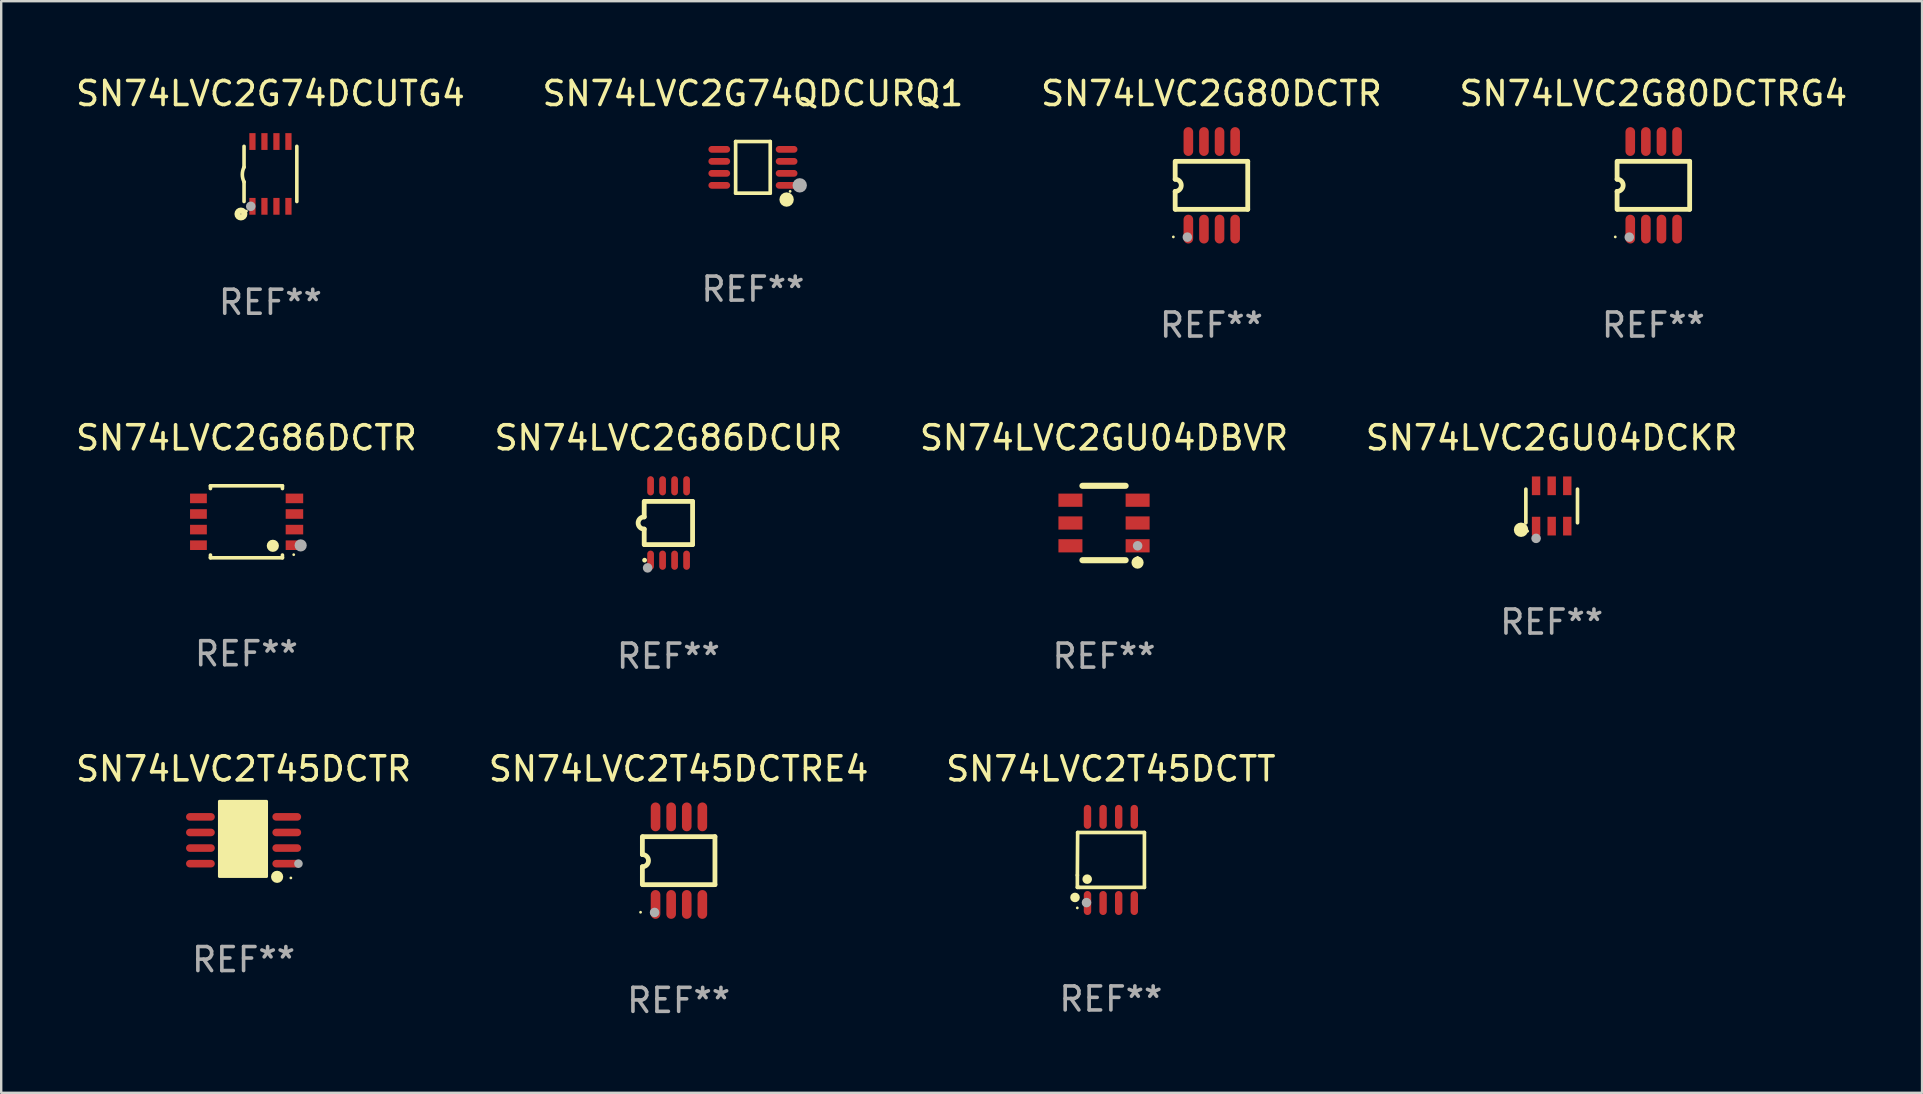
<source format=kicad_pcb>
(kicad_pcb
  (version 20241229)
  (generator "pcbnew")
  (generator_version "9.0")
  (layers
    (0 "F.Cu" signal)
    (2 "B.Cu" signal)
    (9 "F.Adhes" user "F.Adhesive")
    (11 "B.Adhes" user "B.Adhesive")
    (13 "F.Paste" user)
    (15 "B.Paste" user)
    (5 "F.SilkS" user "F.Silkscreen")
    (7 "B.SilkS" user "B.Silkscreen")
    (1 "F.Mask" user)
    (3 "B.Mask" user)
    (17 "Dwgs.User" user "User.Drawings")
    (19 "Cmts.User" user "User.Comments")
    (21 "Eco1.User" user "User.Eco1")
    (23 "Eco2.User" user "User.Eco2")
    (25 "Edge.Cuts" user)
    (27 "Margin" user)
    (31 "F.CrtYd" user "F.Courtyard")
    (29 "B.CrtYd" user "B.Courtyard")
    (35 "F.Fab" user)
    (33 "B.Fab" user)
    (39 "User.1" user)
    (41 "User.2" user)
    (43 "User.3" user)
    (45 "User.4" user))
  (footprint "SN74LVC2GU04DCKR"
    (layer "F.Cu")
    (at 61.613 18.035)
    (property "Reference" "SN74LVC2GU04DCKR" (at 0 -2.84 0) (layer "F.SilkS") (effects (font (size 1 1) (thickness 0.15))))
    (attr through_hole)
    (fp_line (start -1.076 0.701) (end -1.076 -0.701) (stroke (width 0.152) (type solid)) (layer "F.SilkS"))
    (fp_line (start 1.076 0.701) (end 1.076 -0.701) (stroke (width 0.152) (type solid)) (layer "F.SilkS"))
    (fp_circle (center -1.277 0.992) (end -1.127 0.992) (stroke (width 0.3) (type solid)) (fill no) (layer "F.SilkS"))
    (fp_circle (center -1 1.05) (end -0.97 1.05) (stroke (width 0.06) (type solid)) (fill no) (layer "F.SilkS"))
    (fp_circle (center -0.65 1.35) (end -0.55 1.35) (stroke (width 0.2) (type solid)) (fill no) (layer "F.Fab"))
    (fp_text user "REF**" (at 0 4.84 0) (layer "F.Fab") (effects (font (size 1 1) (thickness 0.15))))
    (pad "1" smd rect (at -0.65 0.84) (size 0.35 0.78) (layers "F.Cu" "F.Mask" "F.Paste"))
    (pad "2" smd rect (at 0 0.84) (size 0.35 0.78) (layers "F.Cu" "F.Mask" "F.Paste"))
    (pad "3" smd rect (at 0.65 0.84) (size 0.35 0.78) (layers "F.Cu" "F.Mask" "F.Paste"))
    (pad "4" smd rect (at 0.65 -0.84) (size 0.35 0.78) (layers "F.Cu" "F.Mask" "F.Paste"))
    (pad "5" smd rect (at 0 -0.84) (size 0.35 0.78) (layers "F.Cu" "F.Mask" "F.Paste"))
    (pad "6" smd rect (at -0.65 -0.84) (size 0.35 0.78) (layers "F.Cu" "F.Mask" "F.Paste")))
  (footprint "SN74LVC2G86DCUR"
    (layer "F.Cu")
    (at 24.804 18.745)
    (property "Reference" "SN74LVC2G86DCUR" (at 0 -3.55 0) (layer "F.SilkS") (effects (font (size 1 1) (thickness 0.15))))
    (attr through_hole)
    (fp_line (start -1.008 -0.254) (end -1.008 -0.9) (stroke (width 0.2) (type solid)) (layer "F.SilkS"))
    (fp_line (start -1.008 0.254) (end -1.008 0.9) (stroke (width 0.2) (type solid)) (layer "F.SilkS"))
    (fp_line (start -0.992 0.9) (end 1.008 0.9) (stroke (width 0.2) (type solid)) (layer "F.SilkS"))
    (fp_line (start 1.008 -0.9) (end -0.992 -0.9) (stroke (width 0.2) (type solid)) (layer "F.SilkS"))
    (fp_line (start 1.008 0.9) (end 1.008 -0.9) (stroke (width 0.2) (type solid)) (layer "F.SilkS"))
    (fp_arc (start -1.008001 0.254001) (mid -1.262002 0) (end -1.008001 -0.254001) (stroke (width 0.2) (type solid)) (layer "F.SilkS"))
    (fp_circle (center -0.992 1.55) (end -0.942 1.55) (stroke (width 0.1) (type solid)) (fill no) (layer "F.SilkS"))
    (fp_circle (center -0.866 1.87) (end -0.766 1.87) (stroke (width 0.2) (type solid)) (fill no) (layer "F.Fab"))
    (fp_text user "REF**" (at 0 5.55 0) (layer "F.Fab") (effects (font (size 1 1) (thickness 0.15))))
    (pad "1" smd oval (at -0.742 1.55 270) (size 0.8 0.28) (layers "F.Cu" "F.Mask" "F.Paste"))
    (pad "2" smd oval (at -0.242 1.55 270) (size 0.8 0.28) (layers "F.Cu" "F.Mask" "F.Paste"))
    (pad "3" smd oval (at 0.258 1.55 270) (size 0.8 0.28) (layers "F.Cu" "F.Mask" "F.Paste"))
    (pad "4" smd oval (at 0.758 1.55 270) (size 0.8 0.28) (layers "F.Cu" "F.Mask" "F.Paste"))
    (pad "5" smd oval (at 0.758 -1.55 270) (size 0.8 0.28) (layers "F.Cu" "F.Mask" "F.Paste"))
    (pad "6" smd oval (at 0.258 -1.55 270) (size 0.8 0.28) (layers "F.Cu" "F.Mask" "F.Paste"))
    (pad "7" smd oval (at -0.242 -1.55 270) (size 0.8 0.28) (layers "F.Cu" "F.Mask" "F.Paste"))
    (pad "8" smd oval (at -0.742 -1.55 270) (size 0.8 0.28) (layers "F.Cu" "F.Mask" "F.Paste")))
  (footprint "SN74LVC2G86DCTR"
    (layer "F.Cu")
    (at 7.22 18.695)
    (property "Reference" "SN74LVC2G86DCTR" (at 0 -3.5 0) (layer "F.SilkS") (effects (font (size 1 1) (thickness 0.15))))
    (attr through_hole)
    (fp_line (start -1.5 -1.5) (end 1.5 -1.5) (stroke (width 0.15) (type solid)) (layer "F.SilkS"))
    (fp_line (start -1.5 -1.385) (end -1.5 -1.5) (stroke (width 0.15) (type solid)) (layer "F.SilkS"))
    (fp_line (start -1.5 1.5) (end -1.5 1.385) (stroke (width 0.15) (type solid)) (layer "F.SilkS"))
    (fp_line (start 1.5 -1.5) (end 1.5 -1.385) (stroke (width 0.15) (type solid)) (layer "F.SilkS"))
    (fp_line (start 1.5 1.385) (end 1.5 1.5) (stroke (width 0.15) (type solid)) (layer "F.SilkS"))
    (fp_line (start 1.5 1.5) (end -1.5 1.5) (stroke (width 0.15) (type solid)) (layer "F.SilkS"))
    (fp_circle (center 1.1 1) (end 1.227 1) (stroke (width 0.254) (type solid)) (fill no) (layer "F.SilkS"))
    (fp_circle (center 1.97 1.37) (end 2 1.37) (stroke (width 0.06) (type solid)) (fill no) (layer "F.SilkS"))
    (fp_circle (center 2.26 0.984) (end 2.387 0.984) (stroke (width 0.254) (type solid)) (fill no) (layer "F.Fab"))
    (fp_text user "REF**" (at 0 5.5 0) (layer "F.Fab") (effects (font (size 1 1) (thickness 0.15))))
    (pad "1" smd rect (at 2 0.975) (size 0.73 0.4) (layers "F.Cu" "F.Mask" "F.Paste"))
    (pad "2" smd rect (at 2 0.325) (size 0.73 0.4) (layers "F.Cu" "F.Mask" "F.Paste"))
    (pad "3" smd rect (at 2 -0.325) (size 0.73 0.4) (layers "F.Cu" "F.Mask" "F.Paste"))
    (pad "4" smd rect (at 2 -0.975) (size 0.73 0.4) (layers "F.Cu" "F.Mask" "F.Paste"))
    (pad "5" smd rect (at -2 -0.975) (size 0.7 0.4) (layers "F.Cu" "F.Mask" "F.Paste"))
    (pad "6" smd rect (at -2 -0.325) (size 0.7 0.4) (layers "F.Cu" "F.Mask" "F.Paste"))
    (pad "7" smd rect (at -2 0.325) (size 0.7 0.4) (layers "F.Cu" "F.Mask" "F.Paste"))
    (pad "8" smd rect (at -2 0.975) (size 0.7 0.4) (layers "F.Cu" "F.Mask" "F.Paste")))
  (footprint "SN74LVC2G74DCUTG4"
    (layer "F.Cu")
    (at 8.22 4.198)
    (property "Reference" "SN74LVC2G74DCUTG4" (at 0 -3.35 0) (layer "F.SilkS") (effects (font (size 1 1) (thickness 0.15))))
    (attr through_hole)
    (fp_line (start -1.1 -1.15) (end -1.1 -0.282) (stroke (width 0.15) (type solid)) (layer "F.SilkS"))
    (fp_line (start -1.1 1.15) (end -1.1 0.332) (stroke (width 0.15) (type solid)) (layer "F.SilkS"))
    (fp_line (start 1.1 -1.15) (end 1.1 1.15) (stroke (width 0.15) (type solid)) (layer "F.SilkS"))
    (fp_arc (start -1.098883 0.33274) (mid -1.171878 0.025277) (end -1.1 -0.282449) (stroke (width 0.150013) (type solid)) (layer "F.SilkS"))
    (fp_circle (center -1.23 1.67) (end -1.087 1.67) (stroke (width 0.254) (type solid)) (fill no) (layer "F.SilkS"))
    (fp_circle (center -1 1.55) (end -0.97 1.55) (stroke (width 0.06) (type solid)) (fill no) (layer "F.SilkS"))
    (fp_circle (center -0.82 1.35) (end -0.72 1.35) (stroke (width 0.2) (type solid)) (fill no) (layer "F.Fab"))
    (fp_text user "REF**" (at 0 5.35 0) (layer "F.Fab") (effects (font (size 1 1) (thickness 0.15))))
    (pad "1" smd rect (at -0.75 1.35) (size 0.26 0.7) (layers "F.Cu" "F.Mask" "F.Paste"))
    (pad "2" smd rect (at -0.25 1.35) (size 0.26 0.7) (layers "F.Cu" "F.Mask" "F.Paste"))
    (pad "3" smd rect (at 0.25 1.35) (size 0.26 0.7) (layers "F.Cu" "F.Mask" "F.Paste"))
    (pad "4" smd rect (at 0.75 1.35) (size 0.26 0.7) (layers "F.Cu" "F.Mask" "F.Paste"))
    (pad "5" smd rect (at 0.75 -1.35) (size 0.26 0.7) (layers "F.Cu" "F.Mask" "F.Paste"))
    (pad "6" smd rect (at 0.25 -1.35) (size 0.26 0.7) (layers "F.Cu" "F.Mask" "F.Paste"))
    (pad "7" smd rect (at -0.25 -1.35) (size 0.26 0.7) (layers "F.Cu" "F.Mask" "F.Paste"))
    (pad "8" smd rect (at -0.75 -1.35) (size 0.26 0.7) (layers "F.Cu" "F.Mask" "F.Paste")))
  (footprint "SN74LVC2G80DCTR"
    (layer "F.Cu")
    (at 47.435 4.673)
    (property "Reference" "SN74LVC2G80DCTR" (at 0 -3.825 0) (layer "F.SilkS") (effects (font (size 1 1) (thickness 0.15))))
    (attr through_hole)
    (fp_line (start -1.512 -0.254) (end -1.512 -1) (stroke (width 0.2) (type solid)) (layer "F.SilkS"))
    (fp_line (start -1.512 0.254) (end -1.512 1) (stroke (width 0.2) (type solid)) (layer "F.SilkS"))
    (fp_line (start -1.488 -1) (end 1.512 -1) (stroke (width 0.2) (type solid)) (layer "F.SilkS"))
    (fp_line (start 1.512 -1) (end 1.512 1) (stroke (width 0.2) (type solid)) (layer "F.SilkS"))
    (fp_line (start 1.512 1) (end -1.488 1) (stroke (width 0.2) (type solid)) (layer "F.SilkS"))
    (fp_arc (start -1.512002 -0.254001) (mid -1.258001 0) (end -1.512002 0.254001) (stroke (width 0.2) (type solid)) (layer "F.SilkS"))
    (fp_circle (center -1.588 2.15) (end -1.558 2.15) (stroke (width 0.06) (type solid)) (fill no) (layer "F.SilkS"))
    (fp_circle (center -1.004 2.159) (end -0.904 2.159) (stroke (width 0.2) (type solid)) (fill no) (layer "F.Fab"))
    (fp_text user "REF**" (at 0 5.825 0) (layer "F.Fab") (effects (font (size 1 1) (thickness 0.15))))
    (pad "1" smd oval (at -0.963 1.825 270) (size 1.2 0.4) (layers "F.Cu" "F.Mask" "F.Paste"))
    (pad "2" smd oval (at -0.313 1.825 270) (size 1.2 0.4) (layers "F.Cu" "F.Mask" "F.Paste"))
    (pad "3" smd oval (at 0.337 1.825 270) (size 1.2 0.4) (layers "F.Cu" "F.Mask" "F.Paste"))
    (pad "4" smd oval (at 0.987 1.825 270) (size 1.2 0.4) (layers "F.Cu" "F.Mask" "F.Paste"))
    (pad "5" smd oval (at 0.987 -1.825 270) (size 1.2 0.4) (layers "F.Cu" "F.Mask" "F.Paste"))
    (pad "6" smd oval (at 0.337 -1.825 270) (size 1.2 0.4) (layers "F.Cu" "F.Mask" "F.Paste"))
    (pad "7" smd oval (at -0.313 -1.825 270) (size 1.2 0.4) (layers "F.Cu" "F.Mask" "F.Paste"))
    (pad "8" smd oval (at -0.963 -1.825 270) (size 1.2 0.4) (layers "F.Cu" "F.Mask" "F.Paste")))
  (footprint "SN74LVC2G74QDCURQ1"
    (layer "F.Cu")
    (at 28.327 3.924)
    (property "Reference" "SN74LVC2G74QDCURQ1" (at 0 -3.076 0) (layer "F.SilkS") (effects (font (size 1 1) (thickness 0.15))))
    (attr through_hole)
    (fp_line (start -0.721 -1.076) (end 0.721 -1.076) (stroke (width 0.152) (type solid)) (layer "F.SilkS"))
    (fp_line (start -0.721 1.076) (end -0.721 -1.076) (stroke (width 0.152) (type solid)) (layer "F.SilkS"))
    (fp_line (start 0.721 -1.076) (end 0.721 1.076) (stroke (width 0.152) (type solid)) (layer "F.SilkS"))
    (fp_line (start 0.721 1.076) (end -0.721 1.076) (stroke (width 0.152) (type solid)) (layer "F.SilkS"))
    (fp_circle (center 1.403 1.342) (end 1.553 1.342) (stroke (width 0.3) (type solid)) (fill no) (layer "F.SilkS"))
    (fp_circle (center 1.55 1) (end 1.58 1) (stroke (width 0.06) (type solid)) (fill no) (layer "F.SilkS"))
    (fp_circle (center 1.95 0.75) (end 2.1 0.75) (stroke (width 0.3) (type solid)) (fill no) (layer "F.Fab"))
    (fp_text user "REF**" (at 0 5.076 0) (layer "F.Fab") (effects (font (size 1 1) (thickness 0.15))))
    (pad "1" smd oval (at 1.403 0.75 90) (size 0.28 0.905) (layers "F.Cu" "F.Mask" "F.Paste"))
    (pad "2" smd oval (at 1.403 0.25 90) (size 0.28 0.905) (layers "F.Cu" "F.Mask" "F.Paste"))
    (pad "3" smd oval (at 1.403 -0.25 90) (size 0.28 0.905) (layers "F.Cu" "F.Mask" "F.Paste"))
    (pad "4" smd oval (at 1.403 -0.75 90) (size 0.28 0.905) (layers "F.Cu" "F.Mask" "F.Paste"))
    (pad "5" smd oval (at -1.403 -0.75 90) (size 0.28 0.905) (layers "F.Cu" "F.Mask" "F.Paste"))
    (pad "6" smd oval (at -1.403 -0.25 90) (size 0.28 0.905) (layers "F.Cu" "F.Mask" "F.Paste"))
    (pad "7" smd oval (at -1.403 0.25 90) (size 0.28 0.905) (layers "F.Cu" "F.Mask" "F.Paste"))
    (pad "8" smd oval (at -1.403 0.75 90) (size 0.28 0.905) (layers "F.Cu" "F.Mask" "F.Paste")))
  (footprint "SN74LVC2G80DCTRG4"
    (layer "F.Cu")
    (at 65.851 4.673)
    (property "Reference" "SN74LVC2G80DCTRG4" (at 0 -3.825 0) (layer "F.SilkS") (effects (font (size 1 1) (thickness 0.15))))
    (attr through_hole)
    (fp_line (start -1.512 -0.254) (end -1.512 -1) (stroke (width 0.2) (type solid)) (layer "F.SilkS"))
    (fp_line (start -1.512 0.254) (end -1.512 1) (stroke (width 0.2) (type solid)) (layer "F.SilkS"))
    (fp_line (start -1.488 -1) (end 1.512 -1) (stroke (width 0.2) (type solid)) (layer "F.SilkS"))
    (fp_line (start 1.512 -1) (end 1.512 1) (stroke (width 0.2) (type solid)) (layer "F.SilkS"))
    (fp_line (start 1.512 1) (end -1.488 1) (stroke (width 0.2) (type solid)) (layer "F.SilkS"))
    (fp_arc (start -1.512002 -0.254001) (mid -1.258001 0) (end -1.512002 0.254001) (stroke (width 0.2) (type solid)) (layer "F.SilkS"))
    (fp_circle (center -1.588 2.15) (end -1.558 2.15) (stroke (width 0.06) (type solid)) (fill no) (layer "F.SilkS"))
    (fp_circle (center -1.004 2.159) (end -0.904 2.159) (stroke (width 0.2) (type solid)) (fill no) (layer "F.Fab"))
    (fp_text user "REF**" (at 0 5.825 0) (layer "F.Fab") (effects (font (size 1 1) (thickness 0.15))))
    (pad "1" smd oval (at -0.963 1.825 270) (size 1.2 0.4) (layers "F.Cu" "F.Mask" "F.Paste"))
    (pad "2" smd oval (at -0.313 1.825 270) (size 1.2 0.4) (layers "F.Cu" "F.Mask" "F.Paste"))
    (pad "3" smd oval (at 0.337 1.825 270) (size 1.2 0.4) (layers "F.Cu" "F.Mask" "F.Paste"))
    (pad "4" smd oval (at 0.987 1.825 270) (size 1.2 0.4) (layers "F.Cu" "F.Mask" "F.Paste"))
    (pad "5" smd oval (at 0.987 -1.825 270) (size 1.2 0.4) (layers "F.Cu" "F.Mask" "F.Paste"))
    (pad "6" smd oval (at 0.337 -1.825 270) (size 1.2 0.4) (layers "F.Cu" "F.Mask" "F.Paste"))
    (pad "7" smd oval (at -0.313 -1.825 270) (size 1.2 0.4) (layers "F.Cu" "F.Mask" "F.Paste"))
    (pad "8" smd oval (at -0.963 -1.825 270) (size 1.2 0.4) (layers "F.Cu" "F.Mask" "F.Paste")))
  (footprint "SN74LVC2T45DCTRE4"
    (layer "F.Cu")
    (at 25.232 32.816)
    (property "Reference" "SN74LVC2T45DCTRE4" (at 0 -3.825 0) (layer "F.SilkS") (effects (font (size 1 1) (thickness 0.15))))
    (attr through_hole)
    (fp_line (start -1.512 -0.254) (end -1.512 -1) (stroke (width 0.2) (type solid)) (layer "F.SilkS"))
    (fp_line (start -1.512 0.254) (end -1.512 1) (stroke (width 0.2) (type solid)) (layer "F.SilkS"))
    (fp_line (start -1.488 -1) (end 1.512 -1) (stroke (width 0.2) (type solid)) (layer "F.SilkS"))
    (fp_line (start 1.512 -1) (end 1.512 1) (stroke (width 0.2) (type solid)) (layer "F.SilkS"))
    (fp_line (start 1.512 1) (end -1.488 1) (stroke (width 0.2) (type solid)) (layer "F.SilkS"))
    (fp_arc (start -1.512002 -0.254001) (mid -1.258001 0) (end -1.512002 0.254001) (stroke (width 0.2) (type solid)) (layer "F.SilkS"))
    (fp_circle (center -1.588 2.15) (end -1.558 2.15) (stroke (width 0.06) (type solid)) (fill no) (layer "F.SilkS"))
    (fp_circle (center -1.004 2.159) (end -0.904 2.159) (stroke (width 0.2) (type solid)) (fill no) (layer "F.Fab"))
    (fp_text user "REF**" (at 0 5.825 0) (layer "F.Fab") (effects (font (size 1 1) (thickness 0.15))))
    (pad "1" smd oval (at -0.963 1.825 270) (size 1.2 0.4) (layers "F.Cu" "F.Mask" "F.Paste"))
    (pad "2" smd oval (at -0.313 1.825 270) (size 1.2 0.4) (layers "F.Cu" "F.Mask" "F.Paste"))
    (pad "3" smd oval (at 0.337 1.825 270) (size 1.2 0.4) (layers "F.Cu" "F.Mask" "F.Paste"))
    (pad "4" smd oval (at 0.987 1.825 270) (size 1.2 0.4) (layers "F.Cu" "F.Mask" "F.Paste"))
    (pad "5" smd oval (at 0.987 -1.825 270) (size 1.2 0.4) (layers "F.Cu" "F.Mask" "F.Paste"))
    (pad "6" smd oval (at 0.337 -1.825 270) (size 1.2 0.4) (layers "F.Cu" "F.Mask" "F.Paste"))
    (pad "7" smd oval (at -0.313 -1.825 270) (size 1.2 0.4) (layers "F.Cu" "F.Mask" "F.Paste"))
    (pad "8" smd oval (at -0.963 -1.825 270) (size 1.2 0.4) (layers "F.Cu" "F.Mask" "F.Paste")))
  (footprint "SN74LVC2GU04DBVR"
    (layer "F.Cu")
    (at 42.958 18.745)
    (property "Reference" "SN74LVC2GU04DBVR" (at 0 -3.55 0) (layer "F.SilkS") (effects (font (size 1 1) (thickness 0.15))))
    (attr through_hole)
    (fp_line (start -0.9 -1.55) (end 0.9 -1.55) (stroke (width 0.254) (type solid)) (layer "F.SilkS"))
    (fp_line (start -0.9 1.55) (end 0.9 1.55) (stroke (width 0.254) (type solid)) (layer "F.SilkS"))
    (fp_circle (center 1.397 1.651) (end 1.524 1.651) (stroke (width 0.254) (type solid)) (fill no) (layer "F.SilkS"))
    (fp_circle (center 1.4 1.435) (end 1.43 1.435) (stroke (width 0.06) (type solid)) (fill no) (layer "F.SilkS"))
    (fp_circle (center 1.4 0.95) (end 1.5 0.95) (stroke (width 0.2) (type solid)) (fill no) (layer "F.Fab"))
    (fp_text user "REF**" (at 0 5.55 0) (layer "F.Fab") (effects (font (size 1 1) (thickness 0.15))))
    (pad "1" smd rect (at 1.4 0.95) (size 1 0.55) (layers "F.Cu" "F.Mask" "F.Paste"))
    (pad "2" smd rect (at 1.4 -0.000102) (size 1 0.55) (layers "F.Cu" "F.Mask" "F.Paste"))
    (pad "3" smd rect (at 1.4 -0.95) (size 1 0.55) (layers "F.Cu" "F.Mask" "F.Paste"))
    (pad "4" smd rect (at -1.4 -0.95) (size 1 0.55) (layers "F.Cu" "F.Mask" "F.Paste"))
    (pad "5" smd rect (at -1.4 -0.000102) (size 1 0.55) (layers "F.Cu" "F.Mask" "F.Paste"))
    (pad "6" smd rect (at -1.4 0.95) (size 1 0.55) (layers "F.Cu" "F.Mask" "F.Paste")))
  (footprint "SN74LVC2T45DCTT"
    (layer "F.Cu")
    (at 43.244 32.786)
    (property "Reference" "SN74LVC2T45DCTT" (at 0 -3.795 0) (layer "F.SilkS") (effects (font (size 1 1) (thickness 0.15))))
    (attr through_hole)
    (fp_line (start -1.397 0.635) (end -1.385 -1.143) (stroke (width 0.152) (type solid)) (layer "F.SilkS"))
    (fp_line (start -1.397 1.143) (end -1.397 0.635) (stroke (width 0.152) (type solid)) (layer "F.SilkS"))
    (fp_line (start -1.385 -1.143) (end 1.397 -1.143) (stroke (width 0.152) (type solid)) (layer "F.SilkS"))
    (fp_line (start -1.323 1.143) (end -1.397 1.143) (stroke (width 0.152) (type solid)) (layer "F.SilkS"))
    (fp_line (start 1.397 -1.143) (end 1.397 1.143) (stroke (width 0.152) (type solid)) (layer "F.SilkS"))
    (fp_line (start 1.397 1.143) (end -1.323 1.143) (stroke (width 0.152) (type solid)) (layer "F.SilkS"))
    (fp_circle (center -1.495 1.563) (end -1.395 1.563) (stroke (width 0.2) (type solid)) (fill no) (layer "F.SilkS"))
    (fp_circle (center -1.4 2) (end -1.37 2) (stroke (width 0.06) (type solid)) (fill no) (layer "F.SilkS"))
    (fp_circle (center -0.987 0.801) (end -0.887 0.801) (stroke (width 0.2) (type solid)) (fill no) (layer "F.SilkS"))
    (fp_circle (center -1.016 1.778) (end -0.916 1.778) (stroke (width 0.2) (type solid)) (fill no) (layer "F.Fab"))
    (fp_text user "REF**" (at 0 5.795 0) (layer "F.Fab") (effects (font (size 1 1) (thickness 0.15))))
    (pad "1" smd oval (at -0.975 1.795) (size 0.308 1) (layers "F.Cu" "F.Mask" "F.Paste"))
    (pad "2" smd oval (at -0.325 1.795) (size 0.308 1) (layers "F.Cu" "F.Mask" "F.Paste"))
    (pad "3" smd oval (at 0.325 1.795) (size 0.308 1) (layers "F.Cu" "F.Mask" "F.Paste"))
    (pad "4" smd oval (at 0.975 1.795) (size 0.308 1) (layers "F.Cu" "F.Mask" "F.Paste"))
    (pad "5" smd oval (at 0.975 -1.795) (size 0.308 1) (layers "F.Cu" "F.Mask" "F.Paste"))
    (pad "6" smd oval (at 0.325 -1.795) (size 0.308 1) (layers "F.Cu" "F.Mask" "F.Paste"))
    (pad "7" smd oval (at -0.325 -1.795) (size 0.308 1) (layers "F.Cu" "F.Mask" "F.Paste"))
    (pad "8" smd oval (at -0.975 -1.795) (size 0.308 1) (layers "F.Cu" "F.Mask" "F.Paste")))
  (footprint "SN74LVC2T45DCTR"
    (layer "F.Cu")
    (at 7.101 31.966)
    (property "Reference" "SN74LVC2T45DCTR" (at 0 -2.975 0) (layer "F.SilkS") (effects (font (size 1 1) (thickness 0.15))))
    (attr through_hole)
    (fp_circle (center 0.508 1.016) (end 0.658 1.016) (stroke (width 0.3) (type solid)) (fill no) (layer "F.SilkS"))
    (fp_circle (center 1.397 1.524) (end 1.524 1.524) (stroke (width 0.254) (type solid)) (fill no) (layer "F.SilkS"))
    (fp_circle (center 1.97 1.57) (end 2 1.57) (stroke (width 0.06) (type solid)) (fill no) (layer "F.SilkS"))
    (fp_poly (pts (xy -1.008 -1.623) (xy 0.958 -1.623) (xy 0.958 1.51) (xy -1.008 1.51)) (stroke (width 0.12) (type solid)) (fill yes) (layer "F.SilkS"))
    (fp_circle (center 2.286 0.975) (end 2.376 0.975) (stroke (width 0.18) (type solid)) (fill no) (layer "F.Fab"))
    (fp_text user "REF**" (at 0 4.975 0) (layer "F.Fab") (effects (font (size 1 1) (thickness 0.15))))
    (pad "1" smd oval (at 1.799 0.975 90) (size 0.315 1.198) (layers "F.Cu" "F.Mask" "F.Paste"))
    (pad "2" smd oval (at 1.799 0.325 90) (size 0.315 1.198) (layers "F.Cu" "F.Mask" "F.Paste"))
    (pad "3" smd oval (at 1.799 -0.325 90) (size 0.315 1.198) (layers "F.Cu" "F.Mask" "F.Paste"))
    (pad "4" smd oval (at 1.799 -0.975 90) (size 0.315 1.198) (layers "F.Cu" "F.Mask" "F.Paste"))
    (pad "5" smd oval (at -1.799 -0.975 90) (size 0.315 1.198) (layers "F.Cu" "F.Mask" "F.Paste"))
    (pad "6" smd oval (at -1.799 -0.325 90) (size 0.315 1.198) (layers "F.Cu" "F.Mask" "F.Paste"))
    (pad "7" smd oval (at -1.799 0.325 90) (size 0.315 1.198) (layers "F.Cu" "F.Mask" "F.Paste"))
    (pad "8" smd oval (at -1.799 0.975 90) (size 0.315 1.198) (layers "F.Cu" "F.Mask" "F.Paste")))
  (gr_rect
    (start -3 -3)
    (end 77.048 42.49)
    (stroke (width 0.1) (type default))
    (fill no)
    (layer "Edge.Cuts")))
</source>
